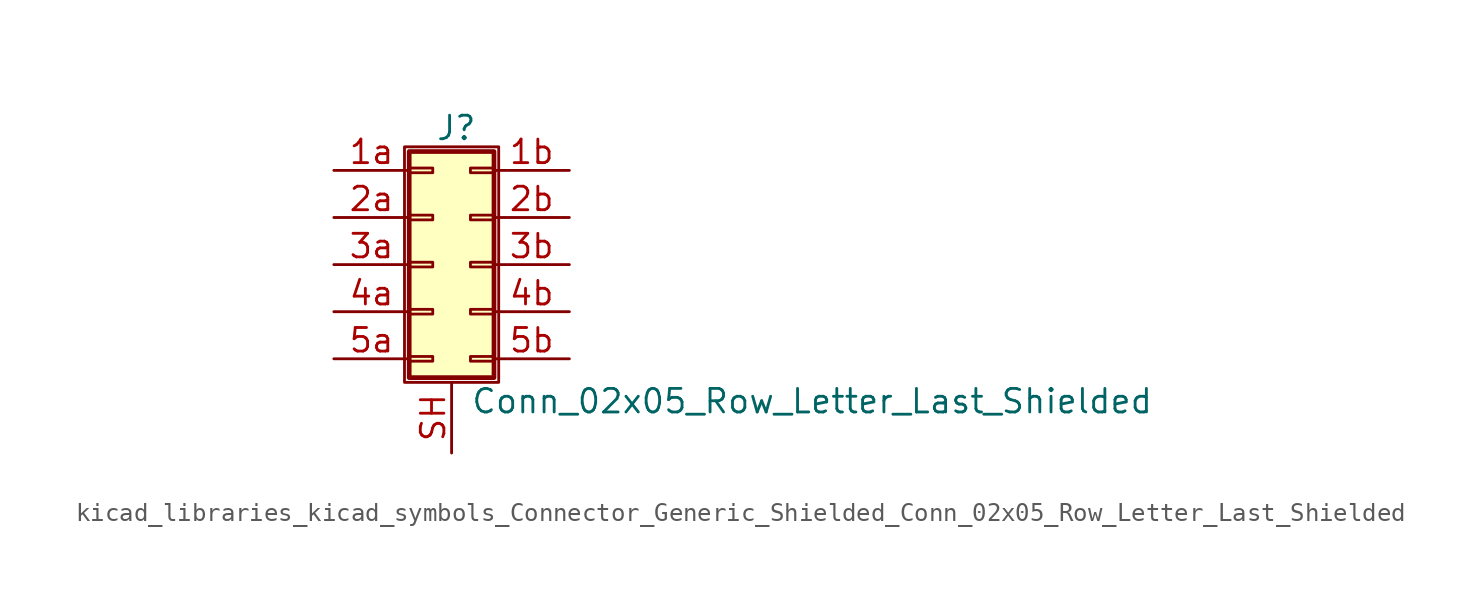
<source format=kicad_sym>
(kicad_symbol_lib
  (version 20220914)
  (generator kicad_symbol_editor)
  (symbol "kicad_libraries_kicad_symbols_Connector_Generic_Shielded_Conn_02x05_Row_Letter_Last_Shielded"
    (pin_names
      (offset 1.016) hide)
    (property "Reference" "J"
      (at 1.524 7.366 0)
      (effects (font (size 1.27 1.27))))
    (property "Value" "Conn_02x05_Row_Letter_Last_Shielded"
      (at 2.286 -7.366 0)
      (effects (font (size 1.27 1.27)) (justify left)))
    (symbol "kicad_libraries_kicad_symbols_Connector_Generic_Shielded_Conn_02x05_Row_Letter_Last_Shielded_1_1"
      (rectangle (start -1.27 6.35) (end 3.81 -6.35) (stroke (width 0.152) (type default)) (fill (type none)))
      (rectangle (start -1.016 -4.953) (end 0.254 -5.207) (stroke (width 0.152) (type default)) (fill (type none)))
      (rectangle (start -1.016 -2.413) (end 0.254 -2.667) (stroke (width 0.152) (type default)) (fill (type none)))
      (rectangle (start -1.016 0.127) (end 0.254 -0.127) (stroke (width 0.152) (type default)) (fill (type none)))
      (rectangle (start -1.016 2.667) (end 0.254 2.413) (stroke (width 0.152) (type default)) (fill (type none)))
      (rectangle (start -1.016 5.207) (end 0.254 4.953) (stroke (width 0.152) (type default)) (fill (type none)))
      (rectangle (start -1.016 6.096) (end 3.556 -6.096) (stroke (width 0.254) (type default)) (fill (type background)))
      (rectangle (start 3.556 -4.953) (end 2.286 -5.207) (stroke (width 0.152) (type default)) (fill (type none)))
      (rectangle (start 3.556 -2.413) (end 2.286 -2.667) (stroke (width 0.152) (type default)) (fill (type none)))
      (rectangle (start 3.556 0.127) (end 2.286 -0.127) (stroke (width 0.152) (type default)) (fill (type none)))
      (rectangle (start 3.556 2.667) (end 2.286 2.413) (stroke (width 0.152) (type default)) (fill (type none)))
      (rectangle (start 3.556 5.207) (end 2.286 4.953) (stroke (width 0.152) (type default)) (fill (type none)))
      (pin passive line (at -5.08 5.08 0) (length 4.064) (name "Pin_1a" (effects (font (size 1.27 1.27)))) (number "1a" (effects (font (size 1.27 1.27)))))
      (pin passive line (at 7.62 5.08 180) (length 4.064) (name "Pin_1b" (effects (font (size 1.27 1.27)))) (number "1b" (effects (font (size 1.27 1.27)))))
      (pin passive line (at -5.08 2.54 0) (length 4.064) (name "Pin_2a" (effects (font (size 1.27 1.27)))) (number "2a" (effects (font (size 1.27 1.27)))))
      (pin passive line (at 7.62 2.54 180) (length 4.064) (name "Pin_2b" (effects (font (size 1.27 1.27)))) (number "2b" (effects (font (size 1.27 1.27)))))
      (pin passive line (at -5.08 0 0) (length 4.064) (name "Pin_3a" (effects (font (size 1.27 1.27)))) (number "3a" (effects (font (size 1.27 1.27)))))
      (pin passive line (at 7.62 0 180) (length 4.064) (name "Pin_3b" (effects (font (size 1.27 1.27)))) (number "3b" (effects (font (size 1.27 1.27)))))
      (pin passive line (at -5.08 -2.54 0) (length 4.064) (name "Pin_4a" (effects (font (size 1.27 1.27)))) (number "4a" (effects (font (size 1.27 1.27)))))
      (pin passive line (at 7.62 -2.54 180) (length 4.064) (name "Pin_4b" (effects (font (size 1.27 1.27)))) (number "4b" (effects (font (size 1.27 1.27)))))
      (pin passive line (at -5.08 -5.08 0) (length 4.064) (name "Pin_5a" (effects (font (size 1.27 1.27)))) (number "5a" (effects (font (size 1.27 1.27)))))
      (pin passive line (at 7.62 -5.08 180) (length 4.064) (name "Pin_5b" (effects (font (size 1.27 1.27)))) (number "5b" (effects (font (size 1.27 1.27)))))
      (pin passive line (at 1.27 -10.16 90) (length 3.81) (name "Shield" (effects (font (size 1.27 1.27)))) (number "SH" (effects (font (size 1.27 1.27))))))))
</source>
